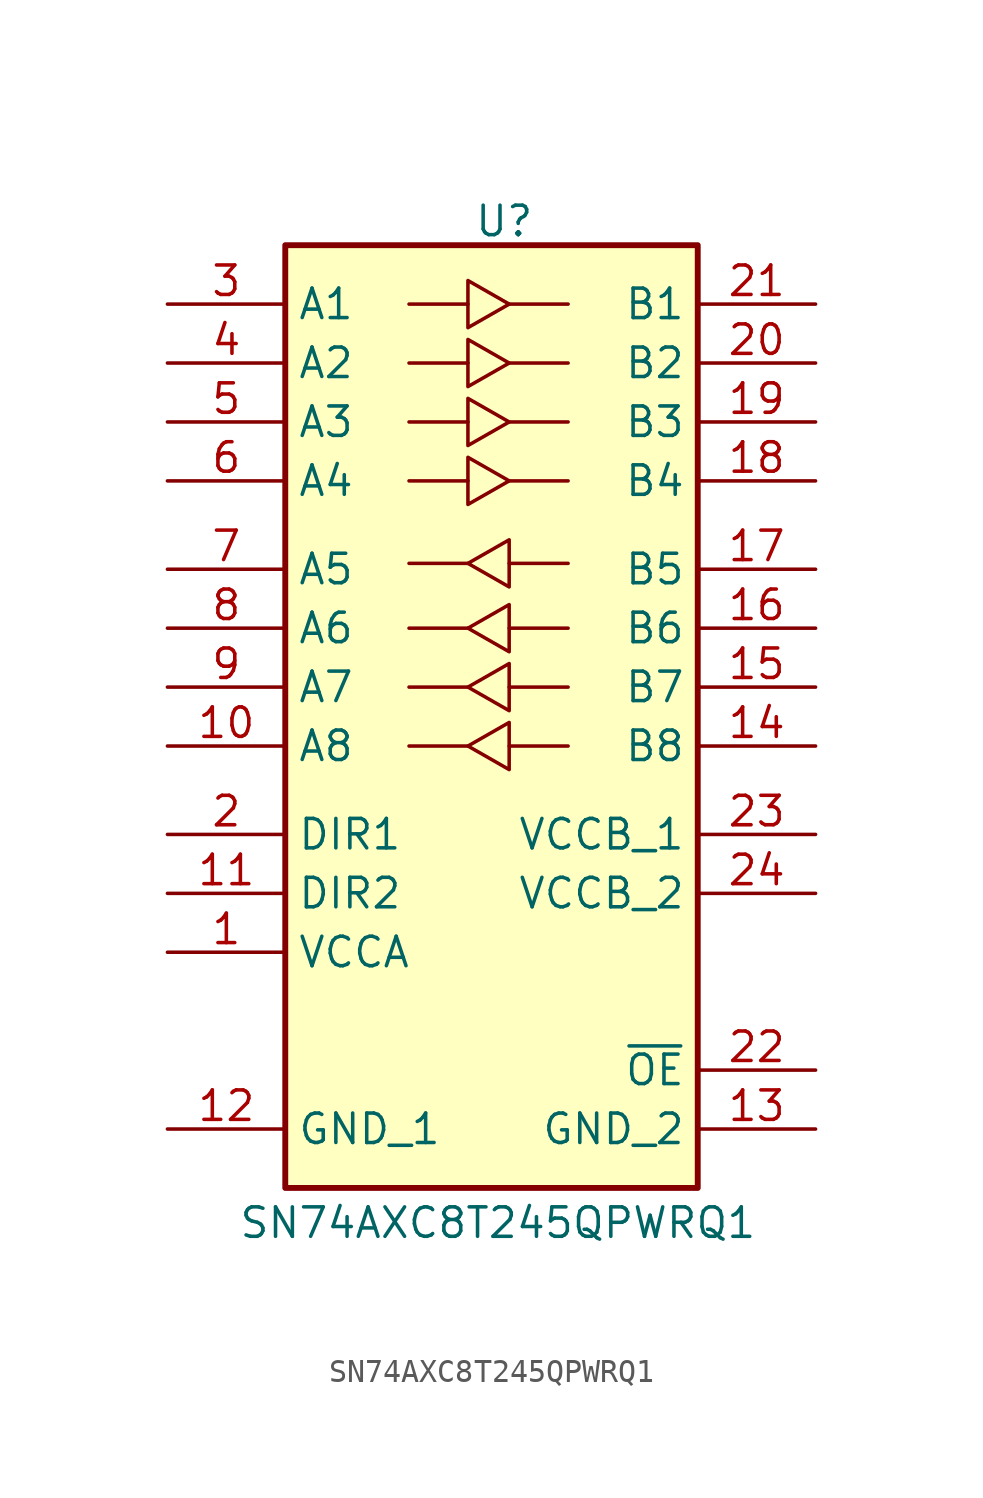
<source format=kicad_sym>
(kicad_symbol_lib
  (version 20231120)
  (generator "kicad_symbol_editor")
  (generator_version "8.0")
  (symbol "SN74AXC8T245QPWRQ1"
    (property "Reference" "U"
      (at 13.208 17.018 0)
      (do_not_autoplace)
      (effects (font (size 1.27 1.27)) (justify left top)))
    (property "Value" "SN74AXC8T245QPWRQ1"
      (at 3.048 -26.162 0)
      (do_not_autoplace)
      (effects (font (size 1.27 1.27)) (justify left top)))
    (symbol "SN74AXC8T245QPWRQ1_0_1"
      (polyline (pts (xy 10.414 -6.35) (xy 12.954 -6.35)) (stroke (width 0) (type default)) (fill (type none)))
      (polyline (pts (xy 10.414 -3.81) (xy 12.954 -3.81)) (stroke (width 0) (type default)) (fill (type none)))
      (polyline (pts (xy 10.414 -1.27) (xy 12.954 -1.27)) (stroke (width 0) (type default)) (fill (type none)))
      (polyline (pts (xy 10.414 1.524) (xy 12.954 1.524)) (stroke (width 0) (type default)) (fill (type none)))
      (polyline (pts (xy 10.414 5.08) (xy 12.954 5.08)) (stroke (width 0) (type default)) (fill (type none)))
      (polyline (pts (xy 10.414 7.62) (xy 12.954 7.62)) (stroke (width 0) (type default)) (fill (type none)))
      (polyline (pts (xy 10.414 10.16) (xy 12.954 10.16)) (stroke (width 0) (type default)) (fill (type none)))
      (polyline (pts (xy 10.414 12.7) (xy 12.954 12.7)) (stroke (width 0) (type default)) (fill (type none)))
      (polyline (pts (xy 17.272 -6.35) (xy 14.732 -6.35)) (stroke (width 0) (type default)) (fill (type none)))
      (polyline (pts (xy 17.272 -3.81) (xy 14.732 -3.81)) (stroke (width 0) (type default)) (fill (type none)))
      (polyline (pts (xy 17.272 -1.27) (xy 14.732 -1.27)) (stroke (width 0) (type default)) (fill (type none)))
      (polyline (pts (xy 17.272 1.524) (xy 14.732 1.524)) (stroke (width 0) (type default)) (fill (type none)))
      (polyline (pts (xy 17.272 5.08) (xy 14.732 5.08)) (stroke (width 0) (type default)) (fill (type none)))
      (polyline (pts (xy 17.272 7.62) (xy 14.732 7.62)) (stroke (width 0) (type default)) (fill (type none)))
      (polyline (pts (xy 17.272 10.16) (xy 14.732 10.16)) (stroke (width 0) (type default)) (fill (type none)))
      (polyline (pts (xy 17.272 12.7) (xy 14.732 12.7)) (stroke (width 0) (type default)) (fill (type none)))
      (polyline (pts (xy 12.954 6.096) (xy 12.954 4.064) (xy 14.732 5.08) (xy 12.954 6.096)) (stroke (width 0) (type default)) (fill (type none)))
      (polyline (pts (xy 12.954 8.636) (xy 12.954 6.604) (xy 14.732 7.62) (xy 12.954 8.636)) (stroke (width 0) (type default)) (fill (type none)))
      (polyline (pts (xy 12.954 11.176) (xy 12.954 9.144) (xy 14.732 10.16) (xy 12.954 11.176)) (stroke (width 0) (type default)) (fill (type none)))
      (polyline (pts (xy 12.954 13.716) (xy 12.954 11.684) (xy 14.732 12.7) (xy 12.954 13.716)) (stroke (width 0) (type default)) (fill (type none)))
      (polyline (pts (xy 14.732 -7.366) (xy 14.732 -5.334) (xy 12.954 -6.35) (xy 14.732 -7.366)) (stroke (width 0) (type default)) (fill (type none)))
      (polyline (pts (xy 14.732 -4.826) (xy 14.732 -2.794) (xy 12.954 -3.81) (xy 14.732 -4.826)) (stroke (width 0) (type default)) (fill (type none)))
      (polyline (pts (xy 14.732 -2.286) (xy 14.732 -0.254) (xy 12.954 -1.27) (xy 14.732 -2.286)) (stroke (width 0) (type default)) (fill (type none)))
      (polyline (pts (xy 14.732 0.508) (xy 14.732 2.54) (xy 12.954 1.524) (xy 14.732 0.508)) (stroke (width 0) (type default)) (fill (type none))))
    (symbol "SN74AXC8T245QPWRQ1_1_1"
      (rectangle (start 5.08 15.24) (end 22.86 -25.4) (stroke (width 0.254) (type default)) (fill (type background)))
      (pin passive line (at 0 -15.24 0) (length 5.08) (name "VCCA" (effects (font (size 1.27 1.27)))) (number "1" (effects (font (size 1.27 1.27)))))
      (pin passive line (at 0 -6.35 0) (length 5.08) (name "A8" (effects (font (size 1.27 1.27)))) (number "10" (effects (font (size 1.27 1.27)))))
      (pin passive line (at 0 -12.7 0) (length 5.08) (name "DIR2" (effects (font (size 1.27 1.27)))) (number "11" (effects (font (size 1.27 1.27)))))
      (pin passive line (at 0 -22.86 0) (length 5.08) (name "GND_1" (effects (font (size 1.27 1.27)))) (number "12" (effects (font (size 1.27 1.27)))))
      (pin passive line (at 27.94 -22.86 180) (length 5.08) (name "GND_2" (effects (font (size 1.27 1.27)))) (number "13" (effects (font (size 1.27 1.27)))))
      (pin passive line (at 27.94 -6.35 180) (length 5.08) (name "B8" (effects (font (size 1.27 1.27)))) (number "14" (effects (font (size 1.27 1.27)))))
      (pin passive line (at 27.94 -3.81 180) (length 5.08) (name "B7" (effects (font (size 1.27 1.27)))) (number "15" (effects (font (size 1.27 1.27)))))
      (pin passive line (at 27.94 -1.27 180) (length 5.08) (name "B6" (effects (font (size 1.27 1.27)))) (number "16" (effects (font (size 1.27 1.27)))))
      (pin passive line (at 27.94 1.27 180) (length 5.08) (name "B5" (effects (font (size 1.27 1.27)))) (number "17" (effects (font (size 1.27 1.27)))))
      (pin passive line (at 27.94 5.08 180) (length 5.08) (name "B4" (effects (font (size 1.27 1.27)))) (number "18" (effects (font (size 1.27 1.27)))))
      (pin passive line (at 27.94 7.62 180) (length 5.08) (name "B3" (effects (font (size 1.27 1.27)))) (number "19" (effects (font (size 1.27 1.27)))))
      (pin passive line (at 0 -10.16 0) (length 5.08) (name "DIR1" (effects (font (size 1.27 1.27)))) (number "2" (effects (font (size 1.27 1.27)))))
      (pin passive line (at 27.94 10.16 180) (length 5.08) (name "B2" (effects (font (size 1.27 1.27)))) (number "20" (effects (font (size 1.27 1.27)))))
      (pin passive line (at 27.94 12.7 180) (length 5.08) (name "B1" (effects (font (size 1.27 1.27)))) (number "21" (effects (font (size 1.27 1.27)))))
      (pin passive line (at 27.94 -20.32 180) (length 5.08) (name "~{OE}" (effects (font (size 1.27 1.27)))) (number "22" (effects (font (size 1.27 1.27)))))
      (pin passive line (at 27.94 -10.16 180) (length 5.08) (name "VCCB_1" (effects (font (size 1.27 1.27)))) (number "23" (effects (font (size 1.27 1.27)))))
      (pin passive line (at 27.94 -12.7 180) (length 5.08) (name "VCCB_2" (effects (font (size 1.27 1.27)))) (number "24" (effects (font (size 1.27 1.27)))))
      (pin passive line (at 0 12.7 0) (length 5.08) (name "A1" (effects (font (size 1.27 1.27)))) (number "3" (effects (font (size 1.27 1.27)))))
      (pin passive line (at 0 10.16 0) (length 5.08) (name "A2" (effects (font (size 1.27 1.27)))) (number "4" (effects (font (size 1.27 1.27)))))
      (pin passive line (at 0 7.62 0) (length 5.08) (name "A3" (effects (font (size 1.27 1.27)))) (number "5" (effects (font (size 1.27 1.27)))))
      (pin passive line (at 0 5.08 0) (length 5.08) (name "A4" (effects (font (size 1.27 1.27)))) (number "6" (effects (font (size 1.27 1.27)))))
      (pin passive line (at 0 1.27 0) (length 5.08) (name "A5" (effects (font (size 1.27 1.27)))) (number "7" (effects (font (size 1.27 1.27)))))
      (pin passive line (at 0 -1.27 0) (length 5.08) (name "A6" (effects (font (size 1.27 1.27)))) (number "8" (effects (font (size 1.27 1.27)))))
      (pin passive line (at 0 -3.81 0) (length 5.08) (name "A7" (effects (font (size 1.27 1.27)))) (number "9" (effects (font (size 1.27 1.27))))))))
</source>
